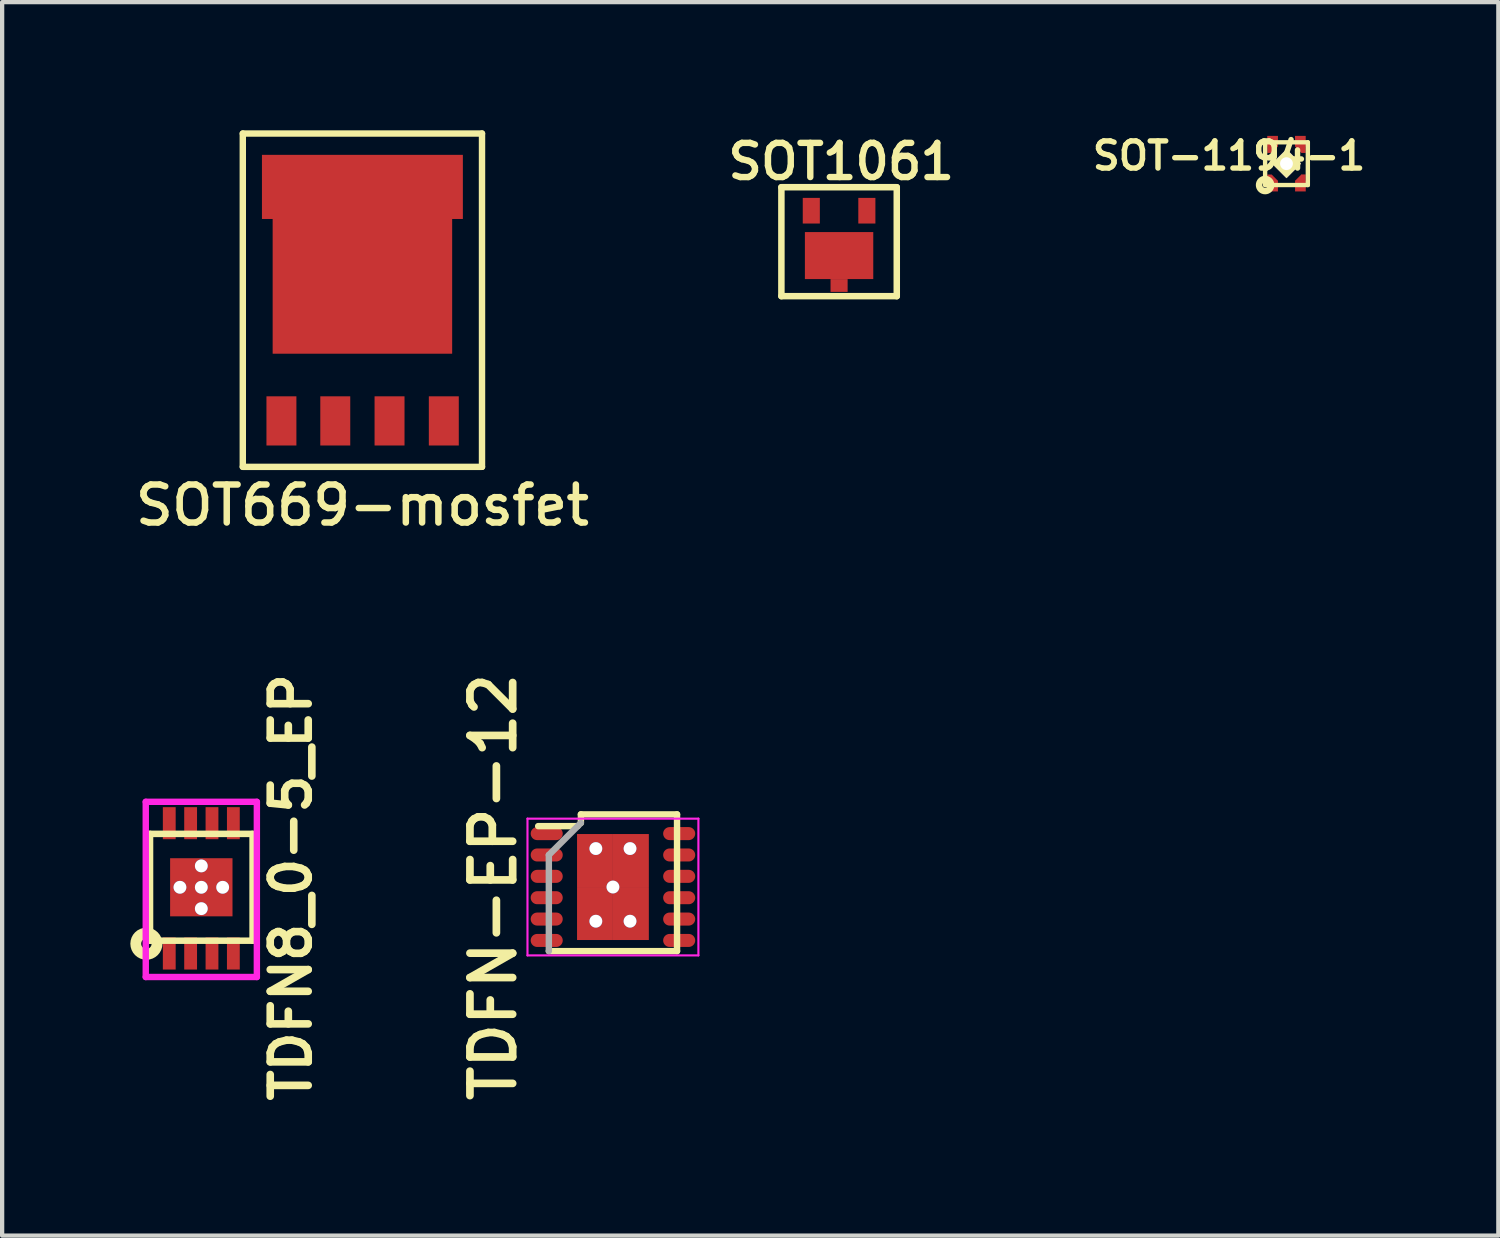
<source format=kicad_pcb>
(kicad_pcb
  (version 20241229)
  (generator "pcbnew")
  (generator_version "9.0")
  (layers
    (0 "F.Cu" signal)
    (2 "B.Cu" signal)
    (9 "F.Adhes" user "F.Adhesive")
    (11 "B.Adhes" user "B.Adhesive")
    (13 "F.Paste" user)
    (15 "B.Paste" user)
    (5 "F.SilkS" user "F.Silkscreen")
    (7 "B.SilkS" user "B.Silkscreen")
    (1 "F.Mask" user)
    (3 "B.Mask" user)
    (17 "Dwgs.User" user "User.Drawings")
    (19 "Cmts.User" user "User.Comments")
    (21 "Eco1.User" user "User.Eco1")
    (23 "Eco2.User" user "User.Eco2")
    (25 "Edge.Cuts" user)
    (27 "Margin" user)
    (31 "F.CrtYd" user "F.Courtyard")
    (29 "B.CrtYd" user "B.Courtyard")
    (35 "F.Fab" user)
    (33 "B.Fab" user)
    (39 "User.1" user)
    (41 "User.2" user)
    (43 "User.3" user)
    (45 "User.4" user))
  (footprint "SOT669-mosfet"
    (layer "F.Cu")
    (at 5.431 4.075)
    (property "Reference" "SOT669-mosfet" (at 0 4.699 0) (layer "F.SilkS") (effects (font (size 0.889 0.889) (thickness 0.152))))
    (attr through_hole)
    (fp_line (start -2.799 -4) (end -2.799 3.8) (stroke (width 0.15) (type solid)) (layer "F.SilkS"))
    (fp_line (start -2.799 3.8) (end 2.799 3.8) (stroke (width 0.15) (type solid)) (layer "F.SilkS"))
    (fp_line (start 2.799 -4) (end -2.799 -4) (stroke (width 0.15) (type solid)) (layer "F.SilkS"))
    (fp_line (start 2.799 3.8) (end 2.799 -4) (stroke (width 0.15) (type solid)) (layer "F.SilkS"))
    (pad "" smd rect (at -1.895 -3) (size 0.701 1.001) (layers "F.Paste"))
    (pad "" smd rect (at -1.1 -1.1) (size 1.001 0.701) (layers "F.Paste"))
    (pad "" smd rect (at -1.1 -0.3) (size 1.001 0.701) (layers "F.Paste"))
    (pad "" smd rect (at -1.1 0.5) (size 1.001 0.701) (layers "F.Paste"))
    (pad "" smd rect (at -0.635 -3) (size 0.701 1.001) (layers "F.Paste"))
    (pad "" smd rect (at 0 -1.1) (size 1.001 0.701) (layers "F.Paste"))
    (pad "" smd rect (at 0 -0.3) (size 1.001 0.701) (layers "F.Paste"))
    (pad "" smd rect (at 0 0.5) (size 1.001 0.701) (layers "F.Paste"))
    (pad "" smd rect (at 0.625 -3) (size 0.701 1.001) (layers "F.Paste"))
    (pad "" smd rect (at 1.1 -1.1) (size 1.001 0.701) (layers "F.Paste"))
    (pad "" smd rect (at 1.1 -0.3) (size 1.001 0.701) (layers "F.Paste"))
    (pad "" smd rect (at 1.1 0.5) (size 1.001 0.701) (layers "F.Paste"))
    (pad "" smd rect (at 1.895 -3) (size 0.701 1.001) (layers "F.Paste"))
    (pad "D" smd rect (at 0 -2.751) (size 4.702 1.501) (layers "F.Cu" "F.Mask"))
    (pad "D" smd rect (at 0 -0.45) (size 4.201 3.205) (layers "F.Cu" "F.Mask"))
    (pad "G" smd rect (at 1.905 2.725) (size 0.701 1.151) (layers "F.Cu" "F.Mask" "F.Paste"))
    (pad "S" smd rect (at -1.895 2.725) (size 0.701 1.151) (layers "F.Cu" "F.Mask" "F.Paste"))
    (pad "S" smd rect (at -0.635 2.725) (size 0.701 1.151) (layers "F.Cu" "F.Mask" "F.Paste"))
    (pad "S" smd rect (at 0.635 2.725) (size 0.701 1.151) (layers "F.Cu" "F.Mask" "F.Paste")))
  (footprint "SOT1061"
    (layer "F.Cu")
    (at 16.586 2.931)
    (property "Reference" "SOT1061" (at 0.05 -2.2 0) (layer "F.SilkS") (effects (font (size 0.8 0.8) (thickness 0.15))))
    (attr through_hole)
    (fp_line (start -1.35 -1.6) (end -1.35 0.95) (stroke (width 0.152) (type solid)) (layer "F.SilkS"))
    (fp_line (start -1.35 0.95) (end 1.35 0.95) (stroke (width 0.152) (type solid)) (layer "F.SilkS"))
    (fp_line (start 1.35 -1.6) (end -1.35 -1.6) (stroke (width 0.152) (type solid)) (layer "F.SilkS"))
    (fp_line (start 1.35 0.95) (end 1.35 -1.6) (stroke (width 0.152) (type solid)) (layer "F.SilkS"))
    (pad "1" smd rect (at 0.65 -1.05) (size 0.4 0.6) (layers "F.Cu" "F.Mask" "F.Paste"))
    (pad "2" smd rect (at -0.65 -1.05) (size 0.4 0.6) (layers "F.Cu" "F.Mask" "F.Paste"))
    (pad "3" smd rect (at 0 0) (size 1.6 1.1) (layers "F.Cu" "F.Mask" "F.Paste"))
    (pad "3" smd rect (at 0 0.7) (size 0.4 0.3) (layers "F.Cu" "F.Mask" "F.Paste")))
  (footprint "TDFN8_0-5_EP"
    (layer "F.Cu")
    (at 1.661 17.714)
    (property "Reference" "TDFN8_0-5_EP" (at 2.1 0 270) (layer "F.SilkS") (effects (font (size 0.889 0.889) (thickness 0.178))))
    (attr smd)
    (fp_line (start -1.2 -1.25) (end -1.2 1.25) (stroke (width 0.152) (type solid)) (layer "F.SilkS"))
    (fp_line (start -1.2 1.25) (end 1.2 1.25) (stroke (width 0.152) (type solid)) (layer "F.SilkS"))
    (fp_line (start 1.2 -1.25) (end -1.2 -1.25) (stroke (width 0.152) (type solid)) (layer "F.SilkS"))
    (fp_line (start 1.2 1.25) (end 1.2 -1.25) (stroke (width 0.152) (type solid)) (layer "F.SilkS"))
    (fp_circle (center -1.285 1.321) (end -1.499 1.194) (stroke (width 0.254) (type solid)) (fill no) (layer "F.SilkS"))
    (fp_line (start -1.3 -2) (end 1.3 -2) (stroke (width 0.15) (type solid)) (layer "F.CrtYd"))
    (fp_line (start -1.3 2.1) (end -1.3 -2) (stroke (width 0.15) (type solid)) (layer "F.CrtYd"))
    (fp_line (start 1.3 -2) (end 1.3 2.1) (stroke (width 0.15) (type solid)) (layer "F.CrtYd"))
    (fp_line (start 1.3 2.1) (end -1.3 2.1) (stroke (width 0.15) (type solid)) (layer "F.CrtYd"))
    (pad "" smd roundrect (at -0.4 -0.35) (size 0.55 0.45) (layers "F.Paste") (roundrect_rratio 0.25))
    (pad "" smd roundrect (at -0.4 0.35) (size 0.55 0.45) (layers "F.Paste") (roundrect_rratio 0.25))
    (pad "" smd roundrect (at 0.4 -0.35) (size 0.55 0.45) (layers "F.Paste") (roundrect_rratio 0.25))
    (pad "" smd roundrect (at 0.4 0.35) (size 0.55 0.45) (layers "F.Paste") (roundrect_rratio 0.25))
    (pad "1" smd rect (at -0.75 1.5 270) (size 0.75 0.3) (drill (offset 0.05 0)) (layers "F.Cu" "F.Mask" "F.Paste"))
    (pad "2" smd rect (at -0.25 1.5 270) (size 0.75 0.3) (drill (offset 0.05 0)) (layers "F.Cu" "F.Mask" "F.Paste"))
    (pad "3" smd rect (at 0.25 1.5 270) (size 0.75 0.3) (drill (offset 0.05 0)) (layers "F.Cu" "F.Mask" "F.Paste"))
    (pad "4" smd rect (at 0.75 1.5 270) (size 0.75 0.3) (drill (offset 0.05 0)) (layers "F.Cu" "F.Mask" "F.Paste"))
    (pad "5" smd rect (at 0.75 -1.5 270) (size 0.75 0.3) (layers "F.Cu" "F.Mask" "F.Paste"))
    (pad "6" smd rect (at 0.25 -1.5 270) (size 0.75 0.3) (layers "F.Cu" "F.Mask" "F.Paste"))
    (pad "7" smd rect (at -0.25 -1.5 270) (size 0.75 0.3) (layers "F.Cu" "F.Mask" "F.Paste"))
    (pad "8" smd rect (at -0.75 -1.5 270) (size 0.75 0.3) (layers "F.Cu" "F.Mask" "F.Paste"))
    (pad "EP" thru_hole circle (at -0.5 0) (size 0.3 0.3) (drill 0.3) (layers "*.Cu" "*.Mask"))
    (pad "EP" thru_hole circle (at 0 -0.5) (size 0.3 0.3) (drill 0.3) (layers "*.Cu" "*.Mask"))
    (pad "EP" thru_hole circle (at 0 0) (size 0.3 0.3) (drill 0.3) (layers "*.Cu" "*.Mask"))
    (pad "EP" smd rect (at 0 0) (size 1.46 1.36) (layers "F.Cu" "F.Mask"))
    (pad "EP" thru_hole circle (at 0 0.5) (size 0.3 0.3) (drill 0.3) (layers "*.Cu" "*.Mask"))
    (pad "EP" thru_hole circle (at 0.5 0) (size 0.3 0.3) (drill 0.3) (layers "*.Cu" "*.Mask")))
  (footprint "SOT-1194-1"
    (layer "F.Cu")
    (at 27.056 0.78)
    (property "Reference" "SOT-1194-1" (at -1.344 -0.185 0) (layer "F.SilkS") (effects (font (size 0.635 0.635) (thickness 0.127))))
    (attr through_hole)
    (fp_line (start -0.5 -0.5) (end -0.5 0.5) (stroke (width 0.102) (type solid)) (layer "F.SilkS"))
    (fp_line (start -0.5 -0.5) (end 0.5 -0.5) (stroke (width 0.102) (type solid)) (layer "F.SilkS"))
    (fp_line (start -0.5 0.5) (end 0.5 0.5) (stroke (width 0.102) (type solid)) (layer "F.SilkS"))
    (fp_line (start 0.5 0.5) (end 0.5 -0.5) (stroke (width 0.102) (type solid)) (layer "F.SilkS"))
    (fp_circle (center -0.5 0.5) (end -0.6 0.6) (stroke (width 0.152) (type solid)) (fill no) (layer "F.SilkS"))
    (pad "1" smd rect (at -0.399 0.404) (size 0.1 0.3) (layers "F.Cu" "F.Mask" "F.Paste"))
    (pad "1" smd rect (at -0.325 0.525) (size 0.25 0.25) (layers "F.Cu" "F.Mask" "F.Paste"))
    (pad "1" smd rect (at -0.315 0.371 45) (size 0.12 0.21) (layers "F.Cu" "F.Mask" "F.Paste"))
    (pad "2" smd rect (at 0.318 0.368 315) (size 0.12 0.21) (layers "F.Cu" "F.Mask" "F.Paste"))
    (pad "2" smd rect (at 0.326 0.525) (size 0.25 0.25) (layers "F.Cu" "F.Mask" "F.Paste"))
    (pad "2" smd rect (at 0.399 0.402) (size 0.1 0.3) (layers "F.Cu" "F.Mask" "F.Paste"))
    (pad "3" smd rect (at 0.318 -0.368 45) (size 0.12 0.21) (layers "F.Cu" "F.Mask" "F.Paste"))
    (pad "3" smd rect (at 0.325 -0.525) (size 0.25 0.25) (layers "F.Cu" "F.Mask" "F.Paste"))
    (pad "3" smd rect (at 0.399 -0.401) (size 0.1 0.3) (layers "F.Cu" "F.Mask" "F.Paste"))
    (pad "4" smd rect (at -0.399 -0.401) (size 0.1 0.3) (layers "F.Cu" "F.Mask" "F.Paste"))
    (pad "4" smd rect (at -0.325 -0.525) (size 0.25 0.25) (layers "F.Cu" "F.Mask" "F.Paste"))
    (pad "4" smd rect (at -0.318 -0.368 315) (size 0.12 0.21) (layers "F.Cu" "F.Mask" "F.Paste"))
    (pad "5" thru_hole rect (at 0 0 45) (size 0.48 0.48) (drill 0.3) (layers "*.Cu" "*.Mask" "F.SilkS")))
  (footprint "TDFN-EP-12"
    (layer "F.Cu")
    (at 11.294 17.708)
    (property "Reference" "TDFN-EP-12" (at -2.8 0 90) (layer "F.SilkS") (effects (font (size 1 1) (thickness 0.18))))
    (attr smd)
    (fp_line (start -1.5 1.5) (end 1.5 1.5) (stroke (width 0.15) (type solid)) (layer "F.SilkS"))
    (fp_line (start -0.825 -1.425) (end -1.75 -1.425) (stroke (width 0.15) (type solid)) (layer "F.SilkS"))
    (fp_line (start -0.75 -1.7) (end 1.5 -1.7) (stroke (width 0.15) (type solid)) (layer "F.SilkS"))
    (fp_line (start -0.75 -1.5) (end -0.75 -1.7) (stroke (width 0.15) (type solid)) (layer "F.SilkS"))
    (fp_line (start 1.5 -1.7) (end 1.5 1.5) (stroke (width 0.15) (type solid)) (layer "F.SilkS"))
    (fp_line (start -2 -1.6) (end -2 1.6) (stroke (width 0.05) (type solid)) (layer "F.CrtYd"))
    (fp_line (start -2 -1.6) (end 2 -1.6) (stroke (width 0.05) (type solid)) (layer "F.CrtYd"))
    (fp_line (start -2 1.6) (end 2 1.6) (stroke (width 0.05) (type solid)) (layer "F.CrtYd"))
    (fp_line (start 2 -1.6) (end 2 1.6) (stroke (width 0.05) (type solid)) (layer "F.CrtYd"))
    (fp_line (start -1.5 -0.75) (end -0.75 -1.5) (stroke (width 0.15) (type solid)) (layer "F.Fab"))
    (fp_line (start -1.5 1.5) (end -1.5 -0.75) (stroke (width 0.15) (type solid)) (layer "F.Fab"))
    (pad "1" smd oval (at -1.55 -1.25) (size 0.75 0.305) (layers "F.Cu" "F.Mask" "F.Paste"))
    (pad "2" smd oval (at -1.55 -0.75) (size 0.75 0.305) (layers "F.Cu" "F.Mask" "F.Paste"))
    (pad "3" smd oval (at -1.55 -0.25) (size 0.75 0.305) (layers "F.Cu" "F.Mask" "F.Paste"))
    (pad "4" smd oval (at -1.55 0.25) (size 0.75 0.305) (layers "F.Cu" "F.Mask" "F.Paste"))
    (pad "5" smd oval (at -1.55 0.75) (size 0.75 0.305) (layers "F.Cu" "F.Mask" "F.Paste"))
    (pad "6" smd oval (at -1.55 1.25) (size 0.75 0.305) (layers "F.Cu" "F.Mask" "F.Paste"))
    (pad "7" smd oval (at 1.55 1.25) (size 0.75 0.305) (layers "F.Cu" "F.Mask" "F.Paste"))
    (pad "8" smd oval (at 1.55 0.75) (size 0.75 0.305) (layers "F.Cu" "F.Mask" "F.Paste"))
    (pad "9" smd oval (at 1.55 0.25) (size 0.75 0.305) (layers "F.Cu" "F.Mask" "F.Paste"))
    (pad "10" smd oval (at 1.55 -0.25) (size 0.75 0.305) (layers "F.Cu" "F.Mask" "F.Paste"))
    (pad "11" smd oval (at 1.55 -0.75) (size 0.75 0.305) (layers "F.Cu" "F.Mask" "F.Paste"))
    (pad "12" smd oval (at 1.55 -1.25) (size 0.75 0.305) (layers "F.Cu" "F.Mask" "F.Paste"))
    (pad "EP" smd rect (at -0.42 -0.62) (size 0.84 1.24) (layers "F.Cu" "F.Mask" "F.Paste"))
    (pad "EP" smd rect (at -0.42 0.62) (size 0.84 1.24) (layers "F.Cu" "F.Mask" "F.Paste"))
    (pad "EP" thru_hole circle (at -0.4 -0.9) (size 0.3 0.3) (drill 0.3) (layers "*.Cu" "*.Mask"))
    (pad "EP" thru_hole circle (at -0.4 0.8) (size 0.3 0.3) (drill 0.3) (layers "*.Cu" "*.Mask"))
    (pad "EP" thru_hole circle (at 0 0) (size 0.3 0.3) (drill 0.3) (layers "*.Cu" "*.Mask"))
    (pad "EP" thru_hole circle (at 0.4 -0.9) (size 0.3 0.3) (drill 0.3) (layers "*.Cu" "*.Mask"))
    (pad "EP" thru_hole circle (at 0.4 0.8) (size 0.3 0.3) (drill 0.3) (layers "*.Cu" "*.Mask"))
    (pad "EP" smd rect (at 0.42 -0.62) (size 0.84 1.24) (layers "F.Cu" "F.Mask" "F.Paste"))
    (pad "EP" smd rect (at 0.42 0.62) (size 0.84 1.24) (layers "F.Cu" "F.Mask" "F.Paste")))
  (gr_rect
    (start -3 -3)
    (end 32.014 25.866)
    (stroke (width 0.1) (type default))
    (fill no)
    (layer "Edge.Cuts")))
</source>
